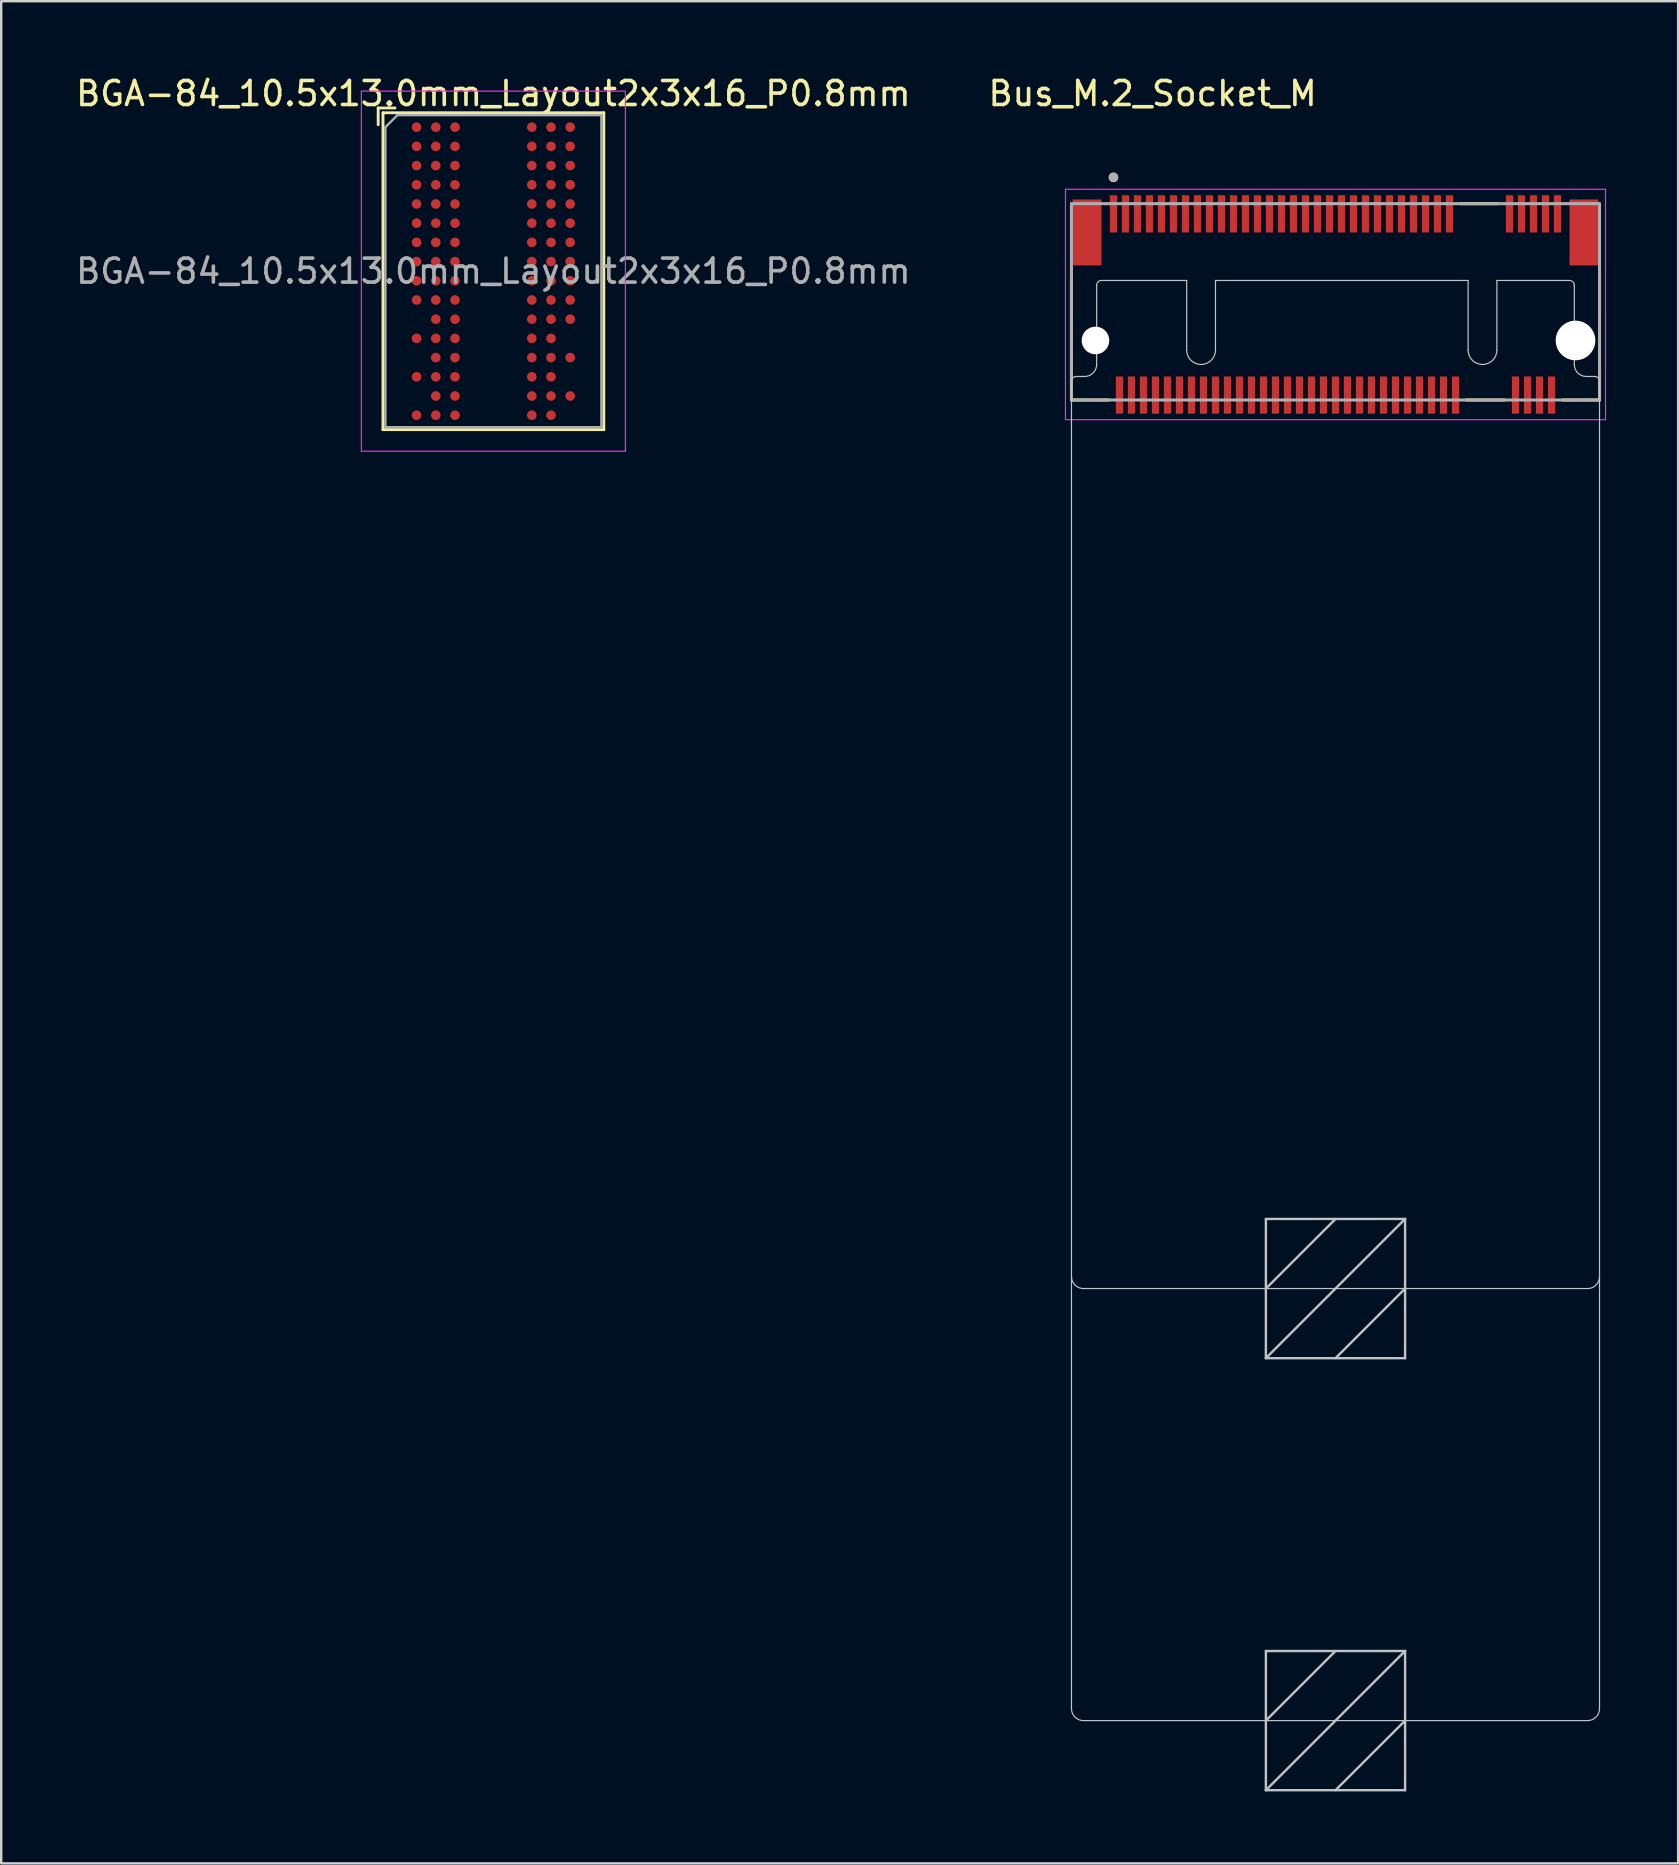
<source format=kicad_pcb>
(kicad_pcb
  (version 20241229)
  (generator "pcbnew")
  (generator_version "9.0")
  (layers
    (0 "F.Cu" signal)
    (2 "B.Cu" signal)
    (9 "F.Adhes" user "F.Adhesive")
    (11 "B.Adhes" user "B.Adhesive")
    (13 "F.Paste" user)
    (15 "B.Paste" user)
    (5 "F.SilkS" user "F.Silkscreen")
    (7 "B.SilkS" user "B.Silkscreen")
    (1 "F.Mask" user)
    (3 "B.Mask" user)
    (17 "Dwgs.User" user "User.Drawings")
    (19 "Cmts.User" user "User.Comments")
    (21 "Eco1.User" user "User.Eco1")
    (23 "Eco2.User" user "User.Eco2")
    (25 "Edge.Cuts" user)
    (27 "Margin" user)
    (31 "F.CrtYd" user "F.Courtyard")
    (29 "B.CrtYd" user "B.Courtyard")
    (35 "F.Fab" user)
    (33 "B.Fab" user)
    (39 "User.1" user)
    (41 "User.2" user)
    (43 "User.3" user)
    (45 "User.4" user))
  (footprint "BGA-84_10.5x13.0mm_Layout2x3x16_P0.8mm"
    (layer "F.Cu")
    (at 17.506 8.248)
    (property "Reference" "BGA-84_10.5x13.0mm_Layout2x3x16_P0.8mm" (at 0 -7.4 0) (layer "F.SilkS") (effects (font (size 1 1) (thickness 0.15))))
    (attr smd)
    (fp_line (start -4.8 -6.8) (end -4.8 -6.1) (stroke (width 0.12) (type solid)) (layer "F.SilkS"))
    (fp_line (start -4.6 -6.6) (end -4.6 6.6) (stroke (width 0.12) (type solid)) (layer "F.SilkS"))
    (fp_line (start -4.6 6.6) (end 4.6 6.6) (stroke (width 0.12) (type solid)) (layer "F.SilkS"))
    (fp_line (start -4.1 -6.8) (end -4.8 -6.8) (stroke (width 0.12) (type solid)) (layer "F.SilkS"))
    (fp_line (start 4.6 -6.6) (end -4.6 -6.6) (stroke (width 0.12) (type solid)) (layer "F.SilkS"))
    (fp_line (start 4.6 6.6) (end 4.6 -6.6) (stroke (width 0.12) (type solid)) (layer "F.SilkS"))
    (fp_line (start -5.5 -7.5) (end -5.5 7.5) (stroke (width 0.05) (type solid)) (layer "F.CrtYd"))
    (fp_line (start -5.5 -7.5) (end 5.5 -7.5) (stroke (width 0.05) (type solid)) (layer "F.CrtYd"))
    (fp_line (start 5.5 7.5) (end -5.5 7.5) (stroke (width 0.05) (type solid)) (layer "F.CrtYd"))
    (fp_line (start 5.5 7.5) (end 5.5 -7.5) (stroke (width 0.05) (type solid)) (layer "F.CrtYd"))
    (fp_line (start -4.5 -6) (end -4.5 6.5) (stroke (width 0.1) (type solid)) (layer "F.Fab"))
    (fp_line (start -4.5 6.5) (end 4.5 6.5) (stroke (width 0.1) (type solid)) (layer "F.Fab"))
    (fp_line (start -4 -6.5) (end -4.5 -6) (stroke (width 0.1) (type solid)) (layer "F.Fab"))
    (fp_line (start 4.5 -6.5) (end -4 -6.5) (stroke (width 0.1) (type solid)) (layer "F.Fab"))
    (fp_line (start 4.5 6.5) (end 4.5 -6.5) (stroke (width 0.1) (type solid)) (layer "F.Fab"))
    (fp_text user "${REFERENCE}" (at 0 0 0) (layer "F.Fab") (effects (font (size 1 1) (thickness 0.15))))
    (pad "A1" smd circle (at -3.2 -6) (size 0.4 0.4) (layers "F.Cu" "F.Mask" "F.Paste"))
    (pad "A2" smd circle (at -2.4 -6) (size 0.4 0.4) (layers "F.Cu" "F.Mask" "F.Paste"))
    (pad "A3" smd circle (at -1.6 -6) (size 0.4 0.4) (layers "F.Cu" "F.Mask" "F.Paste"))
    (pad "A7" smd circle (at 1.6 -6) (size 0.4 0.4) (layers "F.Cu" "F.Mask" "F.Paste"))
    (pad "A8" smd circle (at 2.4 -6) (size 0.4 0.4) (layers "F.Cu" "F.Mask" "F.Paste"))
    (pad "A9" smd circle (at 3.2 -6) (size 0.4 0.4) (layers "F.Cu" "F.Mask" "F.Paste"))
    (pad "B1" smd circle (at -3.2 -5.2) (size 0.4 0.4) (layers "F.Cu" "F.Mask" "F.Paste"))
    (pad "B2" smd circle (at -2.4 -5.2) (size 0.4 0.4) (layers "F.Cu" "F.Mask" "F.Paste"))
    (pad "B3" smd circle (at -1.6 -5.2) (size 0.4 0.4) (layers "F.Cu" "F.Mask" "F.Paste"))
    (pad "B7" smd circle (at 1.6 -5.2) (size 0.4 0.4) (layers "F.Cu" "F.Mask" "F.Paste"))
    (pad "B8" smd circle (at 2.4 -5.2) (size 0.4 0.4) (layers "F.Cu" "F.Mask" "F.Paste"))
    (pad "B9" smd circle (at 3.2 -5.2) (size 0.4 0.4) (layers "F.Cu" "F.Mask" "F.Paste"))
    (pad "C1" smd circle (at -3.2 -4.4) (size 0.4 0.4) (layers "F.Cu" "F.Mask" "F.Paste"))
    (pad "C2" smd circle (at -2.4 -4.4) (size 0.4 0.4) (layers "F.Cu" "F.Mask" "F.Paste"))
    (pad "C3" smd circle (at -1.6 -4.4) (size 0.4 0.4) (layers "F.Cu" "F.Mask" "F.Paste"))
    (pad "C7" smd circle (at 1.6 -4.4) (size 0.4 0.4) (layers "F.Cu" "F.Mask" "F.Paste"))
    (pad "C8" smd circle (at 2.4 -4.4) (size 0.4 0.4) (layers "F.Cu" "F.Mask" "F.Paste"))
    (pad "C9" smd circle (at 3.2 -4.4) (size 0.4 0.4) (layers "F.Cu" "F.Mask" "F.Paste"))
    (pad "D1" smd circle (at -3.2 -3.6) (size 0.4 0.4) (layers "F.Cu" "F.Mask" "F.Paste"))
    (pad "D2" smd circle (at -2.4 -3.6) (size 0.4 0.4) (layers "F.Cu" "F.Mask" "F.Paste"))
    (pad "D3" smd circle (at -1.6 -3.6) (size 0.4 0.4) (layers "F.Cu" "F.Mask" "F.Paste"))
    (pad "D7" smd circle (at 1.6 -3.6) (size 0.4 0.4) (layers "F.Cu" "F.Mask" "F.Paste"))
    (pad "D8" smd circle (at 2.4 -3.6) (size 0.4 0.4) (layers "F.Cu" "F.Mask" "F.Paste"))
    (pad "D9" smd circle (at 3.2 -3.6) (size 0.4 0.4) (layers "F.Cu" "F.Mask" "F.Paste"))
    (pad "E1" smd circle (at -3.2 -2.8) (size 0.4 0.4) (layers "F.Cu" "F.Mask" "F.Paste"))
    (pad "E2" smd circle (at -2.4 -2.8) (size 0.4 0.4) (layers "F.Cu" "F.Mask" "F.Paste"))
    (pad "E3" smd circle (at -1.6 -2.8) (size 0.4 0.4) (layers "F.Cu" "F.Mask" "F.Paste"))
    (pad "E7" smd circle (at 1.6 -2.8) (size 0.4 0.4) (layers "F.Cu" "F.Mask" "F.Paste"))
    (pad "E8" smd circle (at 2.4 -2.8) (size 0.4 0.4) (layers "F.Cu" "F.Mask" "F.Paste"))
    (pad "E9" smd circle (at 3.2 -2.8) (size 0.4 0.4) (layers "F.Cu" "F.Mask" "F.Paste"))
    (pad "F1" smd circle (at -3.2 -2) (size 0.4 0.4) (layers "F.Cu" "F.Mask" "F.Paste"))
    (pad "F2" smd circle (at -2.4 -2) (size 0.4 0.4) (layers "F.Cu" "F.Mask" "F.Paste"))
    (pad "F3" smd circle (at -1.6 -2) (size 0.4 0.4) (layers "F.Cu" "F.Mask" "F.Paste"))
    (pad "F7" smd circle (at 1.6 -2) (size 0.4 0.4) (layers "F.Cu" "F.Mask" "F.Paste"))
    (pad "F8" smd circle (at 2.4 -2) (size 0.4 0.4) (layers "F.Cu" "F.Mask" "F.Paste"))
    (pad "F9" smd circle (at 3.2 -2) (size 0.4 0.4) (layers "F.Cu" "F.Mask" "F.Paste"))
    (pad "G1" smd circle (at -3.2 -1.2) (size 0.4 0.4) (layers "F.Cu" "F.Mask" "F.Paste"))
    (pad "G2" smd circle (at -2.4 -1.2) (size 0.4 0.4) (layers "F.Cu" "F.Mask" "F.Paste"))
    (pad "G3" smd circle (at -1.6 -1.2) (size 0.4 0.4) (layers "F.Cu" "F.Mask" "F.Paste"))
    (pad "G7" smd circle (at 1.6 -1.2) (size 0.4 0.4) (layers "F.Cu" "F.Mask" "F.Paste"))
    (pad "G8" smd circle (at 2.4 -1.2) (size 0.4 0.4) (layers "F.Cu" "F.Mask" "F.Paste"))
    (pad "G9" smd circle (at 3.2 -1.2) (size 0.4 0.4) (layers "F.Cu" "F.Mask" "F.Paste"))
    (pad "H1" smd circle (at -3.2 -0.4) (size 0.4 0.4) (layers "F.Cu" "F.Mask" "F.Paste"))
    (pad "H2" smd circle (at -2.4 -0.4) (size 0.4 0.4) (layers "F.Cu" "F.Mask" "F.Paste"))
    (pad "H3" smd circle (at -1.6 -0.4) (size 0.4 0.4) (layers "F.Cu" "F.Mask" "F.Paste"))
    (pad "H7" smd circle (at 1.6 -0.4) (size 0.4 0.4) (layers "F.Cu" "F.Mask" "F.Paste"))
    (pad "H8" smd circle (at 2.4 -0.4) (size 0.4 0.4) (layers "F.Cu" "F.Mask" "F.Paste"))
    (pad "H9" smd circle (at 3.2 -0.4) (size 0.4 0.4) (layers "F.Cu" "F.Mask" "F.Paste"))
    (pad "J1" smd circle (at -3.2 0.4) (size 0.4 0.4) (layers "F.Cu" "F.Mask" "F.Paste"))
    (pad "J2" smd circle (at -2.4 0.4) (size 0.4 0.4) (layers "F.Cu" "F.Mask" "F.Paste"))
    (pad "J3" smd circle (at -1.6 0.4) (size 0.4 0.4) (layers "F.Cu" "F.Mask" "F.Paste"))
    (pad "J7" smd circle (at 1.6 0.4) (size 0.4 0.4) (layers "F.Cu" "F.Mask" "F.Paste"))
    (pad "J8" smd circle (at 2.4 0.4) (size 0.4 0.4) (layers "F.Cu" "F.Mask" "F.Paste"))
    (pad "J9" smd circle (at 3.2 0.4) (size 0.4 0.4) (layers "F.Cu" "F.Mask" "F.Paste"))
    (pad "K1" smd circle (at -3.2 1.2) (size 0.4 0.4) (layers "F.Cu" "F.Mask" "F.Paste"))
    (pad "K2" smd circle (at -2.4 1.2) (size 0.4 0.4) (layers "F.Cu" "F.Mask" "F.Paste"))
    (pad "K3" smd circle (at -1.6 1.2) (size 0.4 0.4) (layers "F.Cu" "F.Mask" "F.Paste"))
    (pad "K7" smd circle (at 1.6 1.2) (size 0.4 0.4) (layers "F.Cu" "F.Mask" "F.Paste"))
    (pad "K8" smd circle (at 2.4 1.2) (size 0.4 0.4) (layers "F.Cu" "F.Mask" "F.Paste"))
    (pad "K9" smd circle (at 3.2 1.2) (size 0.4 0.4) (layers "F.Cu" "F.Mask" "F.Paste"))
    (pad "L2" smd circle (at -2.4 2) (size 0.4 0.4) (layers "F.Cu" "F.Mask" "F.Paste"))
    (pad "L3" smd circle (at -1.6 2) (size 0.4 0.4) (layers "F.Cu" "F.Mask" "F.Paste"))
    (pad "L7" smd circle (at 1.6 2) (size 0.4 0.4) (layers "F.Cu" "F.Mask" "F.Paste"))
    (pad "L8" smd circle (at 2.4 2) (size 0.4 0.4) (layers "F.Cu" "F.Mask" "F.Paste"))
    (pad "L9" smd circle (at 3.2 2) (size 0.4 0.4) (layers "F.Cu" "F.Mask" "F.Paste"))
    (pad "M1" smd circle (at -3.2 2.8) (size 0.4 0.4) (layers "F.Cu" "F.Mask" "F.Paste"))
    (pad "M2" smd circle (at -2.4 2.8) (size 0.4 0.4) (layers "F.Cu" "F.Mask" "F.Paste"))
    (pad "M3" smd circle (at -1.6 2.8) (size 0.4 0.4) (layers "F.Cu" "F.Mask" "F.Paste"))
    (pad "M7" smd circle (at 1.6 2.8) (size 0.4 0.4) (layers "F.Cu" "F.Mask" "F.Paste"))
    (pad "M8" smd circle (at 2.4 2.8) (size 0.4 0.4) (layers "F.Cu" "F.Mask" "F.Paste"))
    (pad "N2" smd circle (at -2.4 3.6) (size 0.4 0.4) (layers "F.Cu" "F.Mask" "F.Paste"))
    (pad "N3" smd circle (at -1.6 3.6) (size 0.4 0.4) (layers "F.Cu" "F.Mask" "F.Paste"))
    (pad "N7" smd circle (at 1.6 3.6) (size 0.4 0.4) (layers "F.Cu" "F.Mask" "F.Paste"))
    (pad "N8" smd circle (at 2.4 3.6) (size 0.4 0.4) (layers "F.Cu" "F.Mask" "F.Paste"))
    (pad "N9" smd circle (at 3.2 3.6) (size 0.4 0.4) (layers "F.Cu" "F.Mask" "F.Paste"))
    (pad "P1" smd circle (at -3.2 4.4) (size 0.4 0.4) (layers "F.Cu" "F.Mask" "F.Paste"))
    (pad "P2" smd circle (at -2.4 4.4) (size 0.4 0.4) (layers "F.Cu" "F.Mask" "F.Paste"))
    (pad "P3" smd circle (at -1.6 4.4) (size 0.4 0.4) (layers "F.Cu" "F.Mask" "F.Paste"))
    (pad "P7" smd circle (at 1.6 4.4) (size 0.4 0.4) (layers "F.Cu" "F.Mask" "F.Paste"))
    (pad "P8" smd circle (at 2.4 4.4) (size 0.4 0.4) (layers "F.Cu" "F.Mask" "F.Paste"))
    (pad "R2" smd circle (at -2.4 5.2) (size 0.4 0.4) (layers "F.Cu" "F.Mask" "F.Paste"))
    (pad "R3" smd circle (at -1.6 5.2) (size 0.4 0.4) (layers "F.Cu" "F.Mask" "F.Paste"))
    (pad "R7" smd circle (at 1.6 5.2) (size 0.4 0.4) (layers "F.Cu" "F.Mask" "F.Paste"))
    (pad "R8" smd circle (at 2.4 5.2) (size 0.4 0.4) (layers "F.Cu" "F.Mask" "F.Paste"))
    (pad "R9" smd circle (at 3.2 5.2) (size 0.4 0.4) (layers "F.Cu" "F.Mask" "F.Paste"))
    (pad "T1" smd circle (at -3.2 6) (size 0.4 0.4) (layers "F.Cu" "F.Mask" "F.Paste"))
    (pad "T2" smd circle (at -2.4 6) (size 0.4 0.4) (layers "F.Cu" "F.Mask" "F.Paste"))
    (pad "T3" smd circle (at -1.6 6) (size 0.4 0.4) (layers "F.Cu" "F.Mask" "F.Paste"))
    (pad "T7" smd circle (at 1.6 6) (size 0.4 0.4) (layers "F.Cu" "F.Mask" "F.Paste"))
    (pad "T8" smd circle (at 2.4 6) (size 0.4 0.4) (layers "F.Cu" "F.Mask" "F.Paste")))
  (footprint "Bus_M.2_Socket_M"
    (layer "F.Cu")
    (at 52.59 11.135)
    (property "Reference" "Bus_M.2_Socket_M" (at -7.62 -10.287 0) (layer "F.SilkS") (effects (font (size 1 1) (thickness 0.15))))
    (attr smd)
    (fp_line (start -11 2.48) (end -11 -2.805) (stroke (width 0.127) (type solid)) (layer "F.SilkS"))
    (fp_line (start -9.47 2.48) (end -11 2.48) (stroke (width 0.127) (type solid)) (layer "F.SilkS"))
    (fp_line (start 5.213 -5.7) (end 6.777 -5.7) (stroke (width 0.127) (type solid)) (layer "F.SilkS"))
    (fp_line (start 5.463 2.48) (end 7.027 2.48) (stroke (width 0.127) (type solid)) (layer "F.SilkS"))
    (fp_line (start 11 -2.805) (end 11 -1.145) (stroke (width 0.127) (type solid)) (layer "F.SilkS"))
    (fp_line (start 11 2.48) (end 9.47 2.48) (stroke (width 0.127) (type solid)) (layer "F.SilkS"))
    (fp_line (start 11 2.48) (end 11 1.145) (stroke (width 0.127) (type solid)) (layer "F.SilkS"))
    (fp_circle (center -9.25 -6.796) (end -9.15 -6.796) (stroke (width 0.2) (type solid)) (fill no) (layer "F.SilkS"))
    (fp_line (start -11 1.7) (end -11 57) (stroke (width 0.05) (type solid)) (layer "Dwgs.User"))
    (fp_line (start -10.5 39.5) (end 10.5 39.5) (stroke (width 0.05) (type solid)) (layer "Dwgs.User"))
    (fp_line (start -10.5 57.5) (end 10.5 57.5) (stroke (width 0.05) (type solid)) (layer "Dwgs.User"))
    (fp_line (start -10.45 1.5) (end -10.8 1.5) (stroke (width 0.05) (type solid)) (layer "Dwgs.User"))
    (fp_line (start -9.95 -2.3) (end -9.95 1) (stroke (width 0.05) (type solid)) (layer "Dwgs.User"))
    (fp_line (start -6.2 -2.5) (end -9.75 -2.5) (stroke (width 0.05) (type solid)) (layer "Dwgs.User"))
    (fp_line (start -6.2 0.4) (end -6.2 -2.5) (stroke (width 0.05) (type solid)) (layer "Dwgs.User"))
    (fp_line (start -5 0.4) (end -5 -2.5) (stroke (width 0.05) (type solid)) (layer "Dwgs.User"))
    (fp_line (start -2.9 36.6) (end 2.9 36.6) (stroke (width 0.1) (type solid)) (layer "Dwgs.User"))
    (fp_line (start -2.9 42.4) (end -2.9 36.6) (stroke (width 0.1) (type solid)) (layer "Dwgs.User"))
    (fp_line (start -2.9 54.6) (end 2.9 54.6) (stroke (width 0.1) (type solid)) (layer "Dwgs.User"))
    (fp_line (start -2.9 60.4) (end -2.9 54.6) (stroke (width 0.1) (type solid)) (layer "Dwgs.User"))
    (fp_line (start 0 36.6) (end -2.9 39.5) (stroke (width 0.1) (type solid)) (layer "Dwgs.User"))
    (fp_line (start 0 54.6) (end -2.9 57.5) (stroke (width 0.1) (type solid)) (layer "Dwgs.User"))
    (fp_line (start 2.9 36.6) (end -2.9 42.4) (stroke (width 0.1) (type solid)) (layer "Dwgs.User"))
    (fp_line (start 2.9 36.6) (end 2.9 42.4) (stroke (width 0.1) (type solid)) (layer "Dwgs.User"))
    (fp_line (start 2.9 39.5) (end 0 42.4) (stroke (width 0.1) (type solid)) (layer "Dwgs.User"))
    (fp_line (start 2.9 42.4) (end -2.9 42.4) (stroke (width 0.1) (type solid)) (layer "Dwgs.User"))
    (fp_line (start 2.9 54.6) (end -2.9 60.4) (stroke (width 0.1) (type solid)) (layer "Dwgs.User"))
    (fp_line (start 2.9 54.6) (end 2.9 60.4) (stroke (width 0.1) (type solid)) (layer "Dwgs.User"))
    (fp_line (start 2.9 57.5) (end 0 60.4) (stroke (width 0.1) (type solid)) (layer "Dwgs.User"))
    (fp_line (start 2.9 60.4) (end -2.9 60.4) (stroke (width 0.1) (type solid)) (layer "Dwgs.User"))
    (fp_line (start 5.525 -2.5) (end -5 -2.5) (stroke (width 0.05) (type solid)) (layer "Dwgs.User"))
    (fp_line (start 5.525 0.4) (end 5.525 -2.5) (stroke (width 0.05) (type solid)) (layer "Dwgs.User"))
    (fp_line (start 6.725 -2.5) (end 9.75 -2.5) (stroke (width 0.05) (type solid)) (layer "Dwgs.User"))
    (fp_line (start 6.725 0.4) (end 6.725 -2.5) (stroke (width 0.05) (type solid)) (layer "Dwgs.User"))
    (fp_line (start 9.95 1) (end 9.95 -2.3) (stroke (width 0.05) (type solid)) (layer "Dwgs.User"))
    (fp_line (start 10.8 1.5) (end 10.45 1.5) (stroke (width 0.05) (type solid)) (layer "Dwgs.User"))
    (fp_line (start 11 57) (end 11 1.7) (stroke (width 0.05) (type solid)) (layer "Dwgs.User"))
    (fp_arc (start -11 1.7) (mid -10.941421 1.558579) (end -10.8 1.5) (stroke (width 0.05) (type solid)) (layer "Dwgs.User"))
    (fp_arc (start -10.5 39.5) (mid -10.853553 39.353553) (end -11 39) (stroke (width 0.05) (type solid)) (layer "Dwgs.User"))
    (fp_arc (start -10.5 57.5) (mid -10.853553 57.353553) (end -11 57) (stroke (width 0.05) (type solid)) (layer "Dwgs.User"))
    (fp_arc (start -9.95 -2.3) (mid -9.891421 -2.441421) (end -9.75 -2.5) (stroke (width 0.05) (type solid)) (layer "Dwgs.User"))
    (fp_arc (start -9.95 1) (mid -10.096447 1.353553) (end -10.45 1.5) (stroke (width 0.05) (type solid)) (layer "Dwgs.User"))
    (fp_arc (start -5.6 1) (mid -6.024264 0.824264) (end -6.2 0.4) (stroke (width 0.05) (type solid)) (layer "Dwgs.User"))
    (fp_arc (start -5 0.4) (mid -5.175736 0.824264) (end -5.6 1) (stroke (width 0.05) (type solid)) (layer "Dwgs.User"))
    (fp_arc (start 6.125 1) (mid 5.700736 0.824264) (end 5.525 0.4) (stroke (width 0.05) (type solid)) (layer "Dwgs.User"))
    (fp_arc (start 6.725 0.4) (mid 6.549264 0.824264) (end 6.125 1) (stroke (width 0.05) (type solid)) (layer "Dwgs.User"))
    (fp_arc (start 9.75 -2.5) (mid 9.891421 -2.441421) (end 9.95 -2.3) (stroke (width 0.05) (type solid)) (layer "Dwgs.User"))
    (fp_arc (start 10.45 1.5) (mid 10.096447 1.353553) (end 9.95 1) (stroke (width 0.05) (type solid)) (layer "Dwgs.User"))
    (fp_arc (start 10.8 1.5) (mid 10.941421 1.558579) (end 11 1.7) (stroke (width 0.05) (type solid)) (layer "Dwgs.User"))
    (fp_arc (start 11 39) (mid 10.853553 39.353553) (end 10.5 39.5) (stroke (width 0.05) (type solid)) (layer "Dwgs.User"))
    (fp_arc (start 11 57) (mid 10.853553 57.353553) (end 10.5 57.5) (stroke (width 0.05) (type solid)) (layer "Dwgs.User"))
    (fp_line (start -11.25 -6.3) (end -11.25 3.3) (stroke (width 0.05) (type solid)) (layer "F.CrtYd"))
    (fp_line (start -11.25 3.3) (end 11.25 3.3) (stroke (width 0.05) (type solid)) (layer "F.CrtYd"))
    (fp_line (start 11.25 -6.3) (end -11.25 -6.3) (stroke (width 0.05) (type solid)) (layer "F.CrtYd"))
    (fp_line (start 11.25 3.3) (end 11.25 -6.3) (stroke (width 0.05) (type solid)) (layer "F.CrtYd"))
    (fp_line (start -11 -5.7) (end 11 -5.7) (stroke (width 0.127) (type solid)) (layer "F.Fab"))
    (fp_line (start -11 2.48) (end -11 -5.7) (stroke (width 0.127) (type solid)) (layer "F.Fab"))
    (fp_line (start 11 -5.7) (end 11 2.48) (stroke (width 0.127) (type solid)) (layer "F.Fab"))
    (fp_line (start 11 2.48) (end -11 2.48) (stroke (width 0.127) (type solid)) (layer "F.Fab"))
    (fp_circle (center -9.25 -6.796) (end -9.15 -6.796) (stroke (width 0.2) (type solid)) (fill no) (layer "F.Fab"))
    (pad "" np_thru_hole circle (at -10 0) (size 1.15 1.15) (drill 1.15) (layers "*.Cu" "*.Mask"))
    (pad "" np_thru_hole circle (at 10 0) (size 1.65 1.65) (drill 1.65) (layers "*.Cu" "*.Mask"))
    (pad "1" smd rect (at -9.25 -5.275) (size 0.3 1.55) (layers "F.Cu" "F.Mask" "F.Paste"))
    (pad "2" smd rect (at -9 2.275) (size 0.3 1.55) (layers "F.Cu" "F.Mask" "F.Paste"))
    (pad "3" smd rect (at -8.75 -5.275) (size 0.3 1.55) (layers "F.Cu" "F.Mask" "F.Paste"))
    (pad "4" smd rect (at -8.5 2.275) (size 0.3 1.55) (layers "F.Cu" "F.Mask" "F.Paste"))
    (pad "5" smd rect (at -8.25 -5.275) (size 0.3 1.55) (layers "F.Cu" "F.Mask" "F.Paste"))
    (pad "6" smd rect (at -8 2.275) (size 0.3 1.55) (layers "F.Cu" "F.Mask" "F.Paste"))
    (pad "7" smd rect (at -7.75 -5.275) (size 0.3 1.55) (layers "F.Cu" "F.Mask" "F.Paste"))
    (pad "8" smd rect (at -7.5 2.275) (size 0.3 1.55) (layers "F.Cu" "F.Mask" "F.Paste"))
    (pad "9" smd rect (at -7.25 -5.275) (size 0.3 1.55) (layers "F.Cu" "F.Mask" "F.Paste"))
    (pad "10" smd rect (at -7 2.275) (size 0.3 1.55) (layers "F.Cu" "F.Mask" "F.Paste"))
    (pad "11" smd rect (at -6.75 -5.275) (size 0.3 1.55) (layers "F.Cu" "F.Mask" "F.Paste"))
    (pad "12" smd rect (at -6.5 2.275) (size 0.3 1.55) (layers "F.Cu" "F.Mask" "F.Paste"))
    (pad "13" smd rect (at -6.25 -5.275) (size 0.3 1.55) (layers "F.Cu" "F.Mask" "F.Paste"))
    (pad "14" smd rect (at -6 2.275) (size 0.3 1.55) (layers "F.Cu" "F.Mask" "F.Paste"))
    (pad "15" smd rect (at -5.75 -5.275) (size 0.3 1.55) (layers "F.Cu" "F.Mask" "F.Paste"))
    (pad "16" smd rect (at -5.5 2.275) (size 0.3 1.55) (layers "F.Cu" "F.Mask" "F.Paste"))
    (pad "17" smd rect (at -5.25 -5.275) (size 0.3 1.55) (layers "F.Cu" "F.Mask" "F.Paste"))
    (pad "18" smd rect (at -5 2.275) (size 0.3 1.55) (layers "F.Cu" "F.Mask" "F.Paste"))
    (pad "19" smd rect (at -4.75 -5.275) (size 0.3 1.55) (layers "F.Cu" "F.Mask" "F.Paste"))
    (pad "20" smd rect (at -4.5 2.275) (size 0.3 1.55) (layers "F.Cu" "F.Mask" "F.Paste"))
    (pad "21" smd rect (at -4.25 -5.275) (size 0.3 1.55) (layers "F.Cu" "F.Mask" "F.Paste"))
    (pad "22" smd rect (at -4 2.275) (size 0.3 1.55) (layers "F.Cu" "F.Mask" "F.Paste"))
    (pad "23" smd rect (at -3.75 -5.275) (size 0.3 1.55) (layers "F.Cu" "F.Mask" "F.Paste"))
    (pad "24" smd rect (at -3.5 2.275) (size 0.3 1.55) (layers "F.Cu" "F.Mask" "F.Paste"))
    (pad "25" smd rect (at -3.25 -5.275) (size 0.3 1.55) (layers "F.Cu" "F.Mask" "F.Paste"))
    (pad "26" smd rect (at -3 2.275) (size 0.3 1.55) (layers "F.Cu" "F.Mask" "F.Paste"))
    (pad "27" smd rect (at -2.75 -5.275) (size 0.3 1.55) (layers "F.Cu" "F.Mask" "F.Paste"))
    (pad "28" smd rect (at -2.5 2.275) (size 0.3 1.55) (layers "F.Cu" "F.Mask" "F.Paste"))
    (pad "29" smd rect (at -2.25 -5.275) (size 0.3 1.55) (layers "F.Cu" "F.Mask" "F.Paste"))
    (pad "30" smd rect (at -2 2.275) (size 0.3 1.55) (layers "F.Cu" "F.Mask" "F.Paste"))
    (pad "31" smd rect (at -1.75 -5.275) (size 0.3 1.55) (layers "F.Cu" "F.Mask" "F.Paste"))
    (pad "32" smd rect (at -1.5 2.275) (size 0.3 1.55) (layers "F.Cu" "F.Mask" "F.Paste"))
    (pad "33" smd rect (at -1.25 -5.275) (size 0.3 1.55) (layers "F.Cu" "F.Mask" "F.Paste"))
    (pad "34" smd rect (at -1 2.275) (size 0.3 1.55) (layers "F.Cu" "F.Mask" "F.Paste"))
    (pad "35" smd rect (at -0.75 -5.275) (size 0.3 1.55) (layers "F.Cu" "F.Mask" "F.Paste"))
    (pad "36" smd rect (at -0.5 2.275) (size 0.3 1.55) (layers "F.Cu" "F.Mask" "F.Paste"))
    (pad "37" smd rect (at -0.25 -5.275) (size 0.3 1.55) (layers "F.Cu" "F.Mask" "F.Paste"))
    (pad "38" smd rect (at 0 2.275) (size 0.3 1.55) (layers "F.Cu" "F.Mask" "F.Paste"))
    (pad "39" smd rect (at 0.25 -5.275) (size 0.3 1.55) (layers "F.Cu" "F.Mask" "F.Paste"))
    (pad "40" smd rect (at 0.5 2.275) (size 0.3 1.55) (layers "F.Cu" "F.Mask" "F.Paste"))
    (pad "41" smd rect (at 0.75 -5.275) (size 0.3 1.55) (layers "F.Cu" "F.Mask" "F.Paste"))
    (pad "42" smd rect (at 1 2.275) (size 0.3 1.55) (layers "F.Cu" "F.Mask" "F.Paste"))
    (pad "43" smd rect (at 1.25 -5.275) (size 0.3 1.55) (layers "F.Cu" "F.Mask" "F.Paste"))
    (pad "44" smd rect (at 1.5 2.275) (size 0.3 1.55) (layers "F.Cu" "F.Mask" "F.Paste"))
    (pad "45" smd rect (at 1.75 -5.275) (size 0.3 1.55) (layers "F.Cu" "F.Mask" "F.Paste"))
    (pad "46" smd rect (at 2 2.275) (size 0.3 1.55) (layers "F.Cu" "F.Mask" "F.Paste"))
    (pad "47" smd rect (at 2.25 -5.275) (size 0.3 1.55) (layers "F.Cu" "F.Mask" "F.Paste"))
    (pad "48" smd rect (at 2.5 2.275) (size 0.3 1.55) (layers "F.Cu" "F.Mask" "F.Paste"))
    (pad "49" smd rect (at 2.75 -5.275) (size 0.3 1.55) (layers "F.Cu" "F.Mask" "F.Paste"))
    (pad "50" smd rect (at 3 2.275) (size 0.3 1.55) (layers "F.Cu" "F.Mask" "F.Paste"))
    (pad "51" smd rect (at 3.25 -5.275) (size 0.3 1.55) (layers "F.Cu" "F.Mask" "F.Paste"))
    (pad "52" smd rect (at 3.5 2.275) (size 0.3 1.55) (layers "F.Cu" "F.Mask" "F.Paste"))
    (pad "53" smd rect (at 3.75 -5.275) (size 0.3 1.55) (layers "F.Cu" "F.Mask" "F.Paste"))
    (pad "54" smd rect (at 4 2.275) (size 0.3 1.55) (layers "F.Cu" "F.Mask" "F.Paste"))
    (pad "55" smd rect (at 4.25 -5.275) (size 0.3 1.55) (layers "F.Cu" "F.Mask" "F.Paste"))
    (pad "56" smd rect (at 4.5 2.275) (size 0.3 1.55) (layers "F.Cu" "F.Mask" "F.Paste"))
    (pad "57" smd rect (at 4.75 -5.275) (size 0.3 1.55) (layers "F.Cu" "F.Mask" "F.Paste"))
    (pad "58" smd rect (at 5 2.275) (size 0.3 1.55) (layers "F.Cu" "F.Mask" "F.Paste"))
    (pad "67" smd rect (at 7.25 -5.275) (size 0.3 1.55) (layers "F.Cu" "F.Mask" "F.Paste"))
    (pad "68" smd rect (at 7.5 2.275) (size 0.3 1.55) (layers "F.Cu" "F.Mask" "F.Paste"))
    (pad "69" smd rect (at 7.75 -5.275) (size 0.3 1.55) (layers "F.Cu" "F.Mask" "F.Paste"))
    (pad "70" smd rect (at 8 2.275) (size 0.3 1.55) (layers "F.Cu" "F.Mask" "F.Paste"))
    (pad "71" smd rect (at 8.25 -5.275) (size 0.3 1.55) (layers "F.Cu" "F.Mask" "F.Paste"))
    (pad "72" smd rect (at 8.5 2.275) (size 0.3 1.55) (layers "F.Cu" "F.Mask" "F.Paste"))
    (pad "73" smd rect (at 8.75 -5.275) (size 0.3 1.55) (layers "F.Cu" "F.Mask" "F.Paste"))
    (pad "74" smd rect (at 9 2.275) (size 0.3 1.55) (layers "F.Cu" "F.Mask" "F.Paste"))
    (pad "75" smd rect (at 9.25 -5.275) (size 0.3 1.55) (layers "F.Cu" "F.Mask" "F.Paste"))
    (pad "S1" smd rect (at -10.35 -4.5) (size 1.2 2.75) (layers "F.Cu" "F.Mask" "F.Paste"))
    (pad "S2" smd rect (at 10.35 -4.5) (size 1.2 2.75) (layers "F.Cu" "F.Mask" "F.Paste")))
  (gr_rect
    (start -3 -3)
    (end 66.865 74.585)
    (stroke (width 0.1) (type default))
    (fill no)
    (layer "Edge.Cuts")))
</source>
